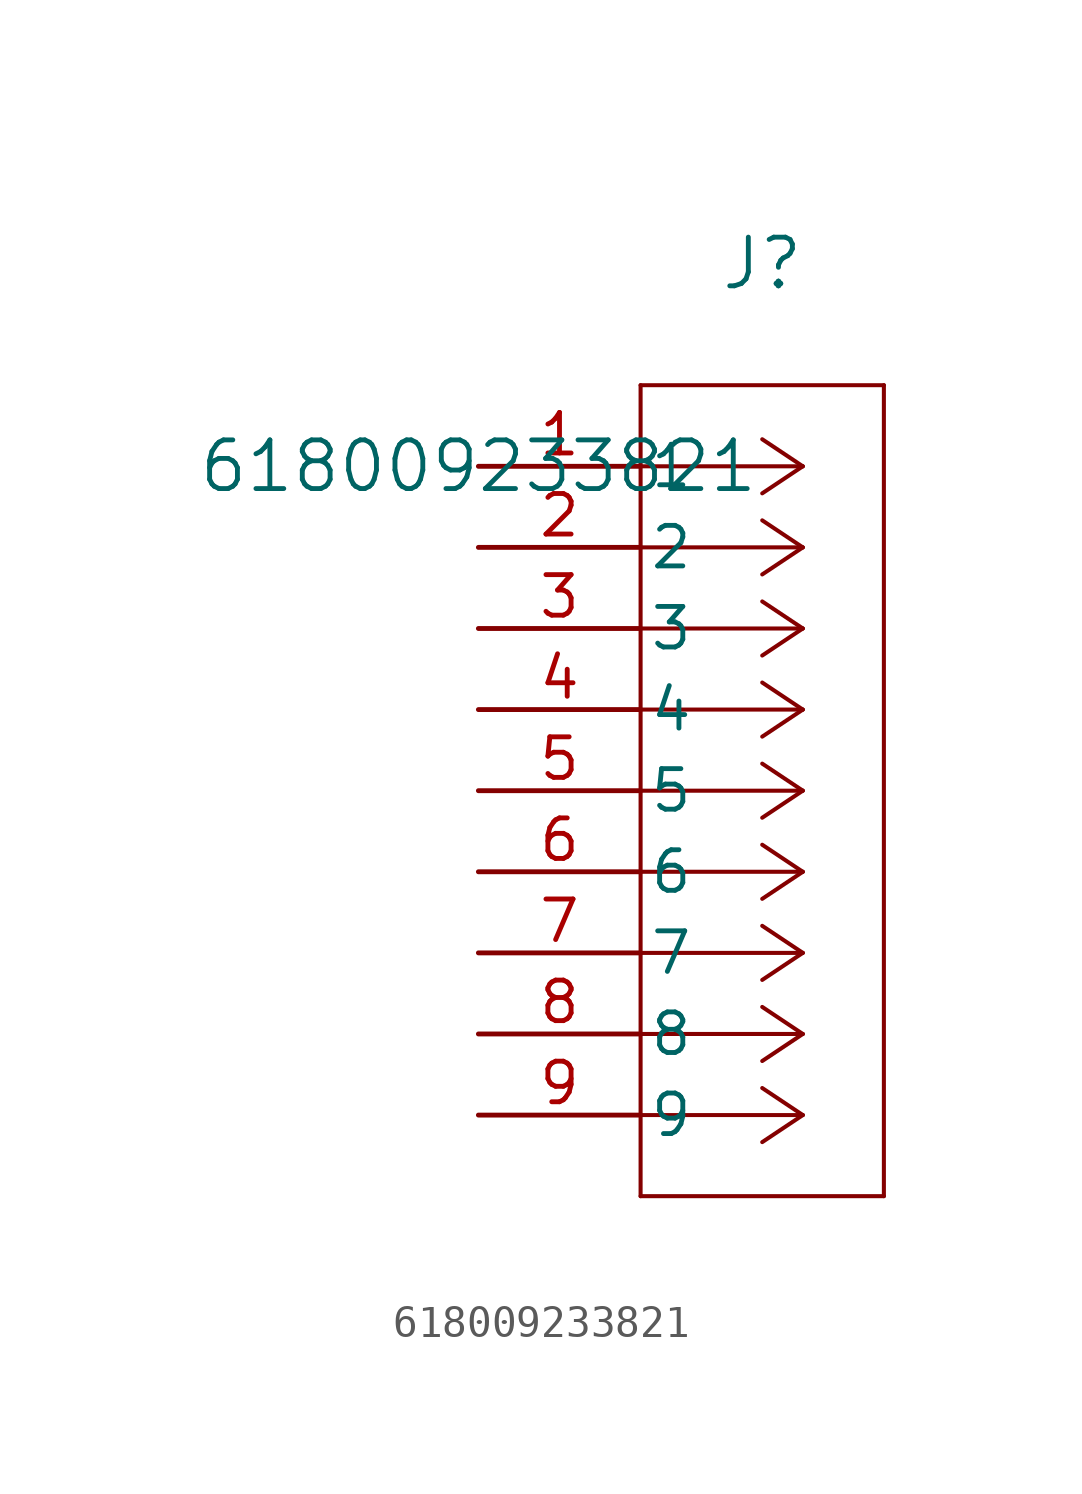
<source format=kicad_sym>
(kicad_symbol_lib
  (version 20211014)
  (generator kicad_symbol_editor)
  (symbol "618009233821"
    (pin_names
      (offset 0.254))
    (property "Reference" "J"
      (at 8.89 6.35 0)
      (effects (font (size 1.524 1.524))))
    (property "Value" "618009233821"
      (at 0 0 0)
      (effects (font (size 1.524 1.524))))
    (symbol "618009233821_0_1"
      (polyline (pts (xy 10.16 0) (xy 5.08 0)) (stroke (width 0.127) (type default) (color 0 0 0 0)) (fill (type none)))
      (polyline (pts (xy 10.16 -2.54) (xy 5.08 -2.54)) (stroke (width 0.127) (type default) (color 0 0 0 0)) (fill (type none)))
      (polyline (pts (xy 10.16 -5.08) (xy 5.08 -5.08)) (stroke (width 0.127) (type default) (color 0 0 0 0)) (fill (type none)))
      (polyline (pts (xy 10.16 -7.62) (xy 5.08 -7.62)) (stroke (width 0.127) (type default) (color 0 0 0 0)) (fill (type none)))
      (polyline (pts (xy 10.16 -10.16) (xy 5.08 -10.16)) (stroke (width 0.127) (type default) (color 0 0 0 0)) (fill (type none)))
      (polyline (pts (xy 10.16 -12.7) (xy 5.08 -12.7)) (stroke (width 0.127) (type default) (color 0 0 0 0)) (fill (type none)))
      (polyline (pts (xy 10.16 -15.24) (xy 5.08 -15.24)) (stroke (width 0.127) (type default) (color 0 0 0 0)) (fill (type none)))
      (polyline (pts (xy 10.16 -17.78) (xy 5.08 -17.78)) (stroke (width 0.127) (type default) (color 0 0 0 0)) (fill (type none)))
      (polyline (pts (xy 10.16 -20.32) (xy 5.08 -20.32)) (stroke (width 0.127) (type default) (color 0 0 0 0)) (fill (type none)))
      (polyline (pts (xy 10.16 0) (xy 8.89 0.847)) (stroke (width 0.127) (type default) (color 0 0 0 0)) (fill (type none)))
      (polyline (pts (xy 10.16 -2.54) (xy 8.89 -1.693)) (stroke (width 0.127) (type default) (color 0 0 0 0)) (fill (type none)))
      (polyline (pts (xy 10.16 -5.08) (xy 8.89 -4.233)) (stroke (width 0.127) (type default) (color 0 0 0 0)) (fill (type none)))
      (polyline (pts (xy 10.16 -7.62) (xy 8.89 -6.773)) (stroke (width 0.127) (type default) (color 0 0 0 0)) (fill (type none)))
      (polyline (pts (xy 10.16 -10.16) (xy 8.89 -9.313)) (stroke (width 0.127) (type default) (color 0 0 0 0)) (fill (type none)))
      (polyline (pts (xy 10.16 -12.7) (xy 8.89 -11.853)) (stroke (width 0.127) (type default) (color 0 0 0 0)) (fill (type none)))
      (polyline (pts (xy 10.16 -15.24) (xy 8.89 -14.393)) (stroke (width 0.127) (type default) (color 0 0 0 0)) (fill (type none)))
      (polyline (pts (xy 10.16 -17.78) (xy 8.89 -16.933)) (stroke (width 0.127) (type default) (color 0 0 0 0)) (fill (type none)))
      (polyline (pts (xy 10.16 -20.32) (xy 8.89 -19.473)) (stroke (width 0.127) (type default) (color 0 0 0 0)) (fill (type none)))
      (polyline (pts (xy 10.16 0) (xy 8.89 -0.847)) (stroke (width 0.127) (type default) (color 0 0 0 0)) (fill (type none)))
      (polyline (pts (xy 10.16 -2.54) (xy 8.89 -3.387)) (stroke (width 0.127) (type default) (color 0 0 0 0)) (fill (type none)))
      (polyline (pts (xy 10.16 -5.08) (xy 8.89 -5.927)) (stroke (width 0.127) (type default) (color 0 0 0 0)) (fill (type none)))
      (polyline (pts (xy 10.16 -7.62) (xy 8.89 -8.467)) (stroke (width 0.127) (type default) (color 0 0 0 0)) (fill (type none)))
      (polyline (pts (xy 10.16 -10.16) (xy 8.89 -11.007)) (stroke (width 0.127) (type default) (color 0 0 0 0)) (fill (type none)))
      (polyline (pts (xy 10.16 -12.7) (xy 8.89 -13.547)) (stroke (width 0.127) (type default) (color 0 0 0 0)) (fill (type none)))
      (polyline (pts (xy 10.16 -15.24) (xy 8.89 -16.087)) (stroke (width 0.127) (type default) (color 0 0 0 0)) (fill (type none)))
      (polyline (pts (xy 10.16 -17.78) (xy 8.89 -18.627)) (stroke (width 0.127) (type default) (color 0 0 0 0)) (fill (type none)))
      (polyline (pts (xy 10.16 -20.32) (xy 8.89 -21.167)) (stroke (width 0.127) (type default) (color 0 0 0 0)) (fill (type none)))
      (polyline (pts (xy 5.08 2.54) (xy 5.08 -22.86)) (stroke (width 0.127) (type default) (color 0 0 0 0)) (fill (type none)))
      (polyline (pts (xy 5.08 -22.86) (xy 12.7 -22.86)) (stroke (width 0.127) (type default) (color 0 0 0 0)) (fill (type none)))
      (polyline (pts (xy 12.7 -22.86) (xy 12.7 2.54)) (stroke (width 0.127) (type default) (color 0 0 0 0)) (fill (type none)))
      (polyline (pts (xy 12.7 2.54) (xy 5.08 2.54)) (stroke (width 0.127) (type default) (color 0 0 0 0)) (fill (type none)))
      (pin unspecified line (at 0 0 0) (length 5.08) (name "1" (effects (font (size 1.27 1.27)))) (number "1" (effects (font (size 1.27 1.27)))))
      (pin unspecified line (at 0 -2.54 0) (length 5.08) (name "2" (effects (font (size 1.27 1.27)))) (number "2" (effects (font (size 1.27 1.27)))))
      (pin unspecified line (at 0 -5.08 0) (length 5.08) (name "3" (effects (font (size 1.27 1.27)))) (number "3" (effects (font (size 1.27 1.27)))))
      (pin unspecified line (at 0 -7.62 0) (length 5.08) (name "4" (effects (font (size 1.27 1.27)))) (number "4" (effects (font (size 1.27 1.27)))))
      (pin unspecified line (at 0 -10.16 0) (length 5.08) (name "5" (effects (font (size 1.27 1.27)))) (number "5" (effects (font (size 1.27 1.27)))))
      (pin unspecified line (at 0 -12.7 0) (length 5.08) (name "6" (effects (font (size 1.27 1.27)))) (number "6" (effects (font (size 1.27 1.27)))))
      (pin unspecified line (at 0 -15.24 0) (length 5.08) (name "7" (effects (font (size 1.27 1.27)))) (number "7" (effects (font (size 1.27 1.27)))))
      (pin unspecified line (at 0 -17.78 0) (length 5.08) (name "8" (effects (font (size 1.27 1.27)))) (number "8" (effects (font (size 1.27 1.27)))))
      (pin unspecified line (at 0 -20.32 0) (length 5.08) (name "9" (effects (font (size 1.27 1.27)))) (number "9" (effects (font (size 1.27 1.27))))))))
</source>
